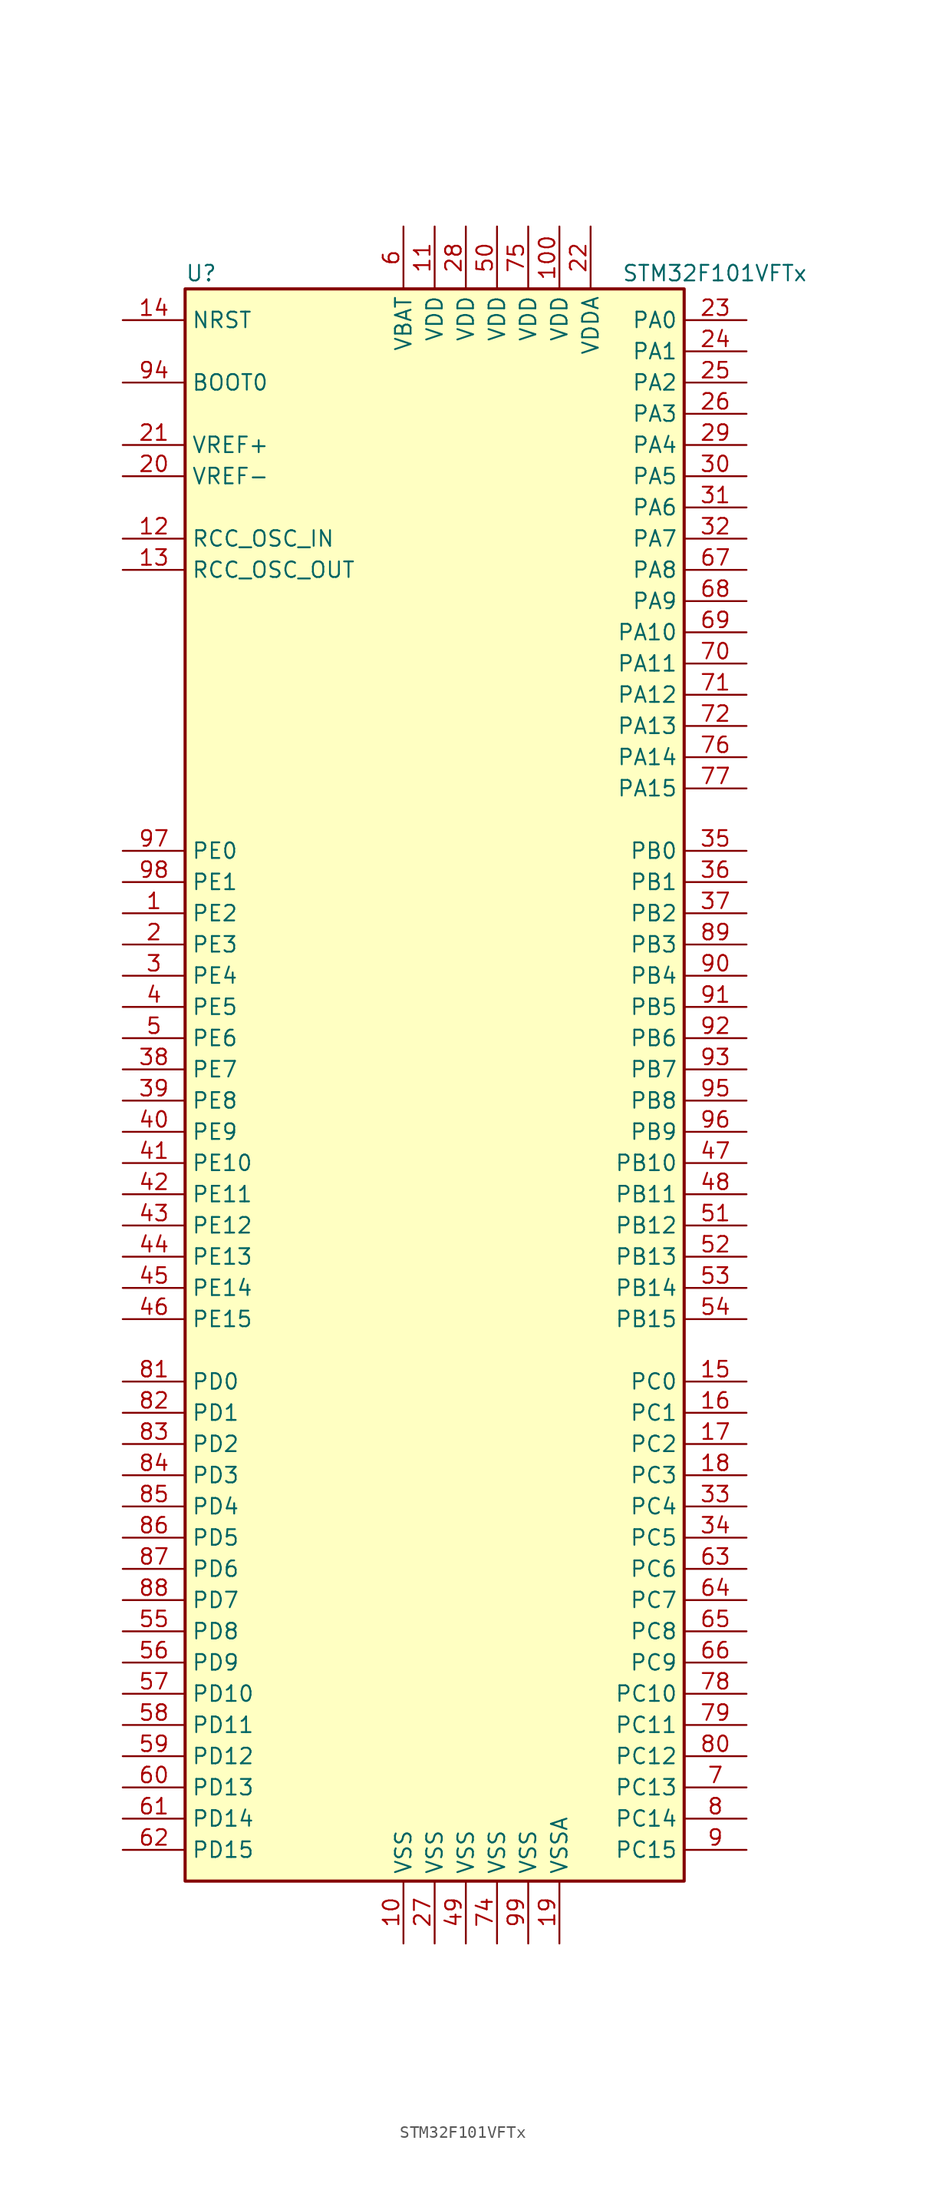
<source format=kicad_sym>
(kicad_symbol_lib
  (version 20201005)
  (generator kicad_symbol_editor)
  (symbol "STM32F101VFTx"
    (property "Reference" "U"
      (at -20.32 64.77 0)
      (effects (font (size 1.27 1.27)) (justify left)))
    (property "Value" "STM32F101VFTx"
      (at 15.24 64.77 0)
      (effects (font (size 1.27 1.27)) (justify left)))
    (symbol "STM32F101VFTx_0_1"
      (rectangle (start -20.32 -66.04) (end 20.32 63.5) (stroke (width 0.254)) (fill (type background))))
    (symbol "STM32F101VFTx_1_1"
      (pin bidirectional line (at -25.4 12.7 0) (length 5.08) (name "PE2" (effects (font (size 1.27 1.27)))) (number "1" (effects (font (size 1.27 1.27)))))
      (pin power_in line (at -2.54 -71.12 90) (length 5.08) (name "VSS" (effects (font (size 1.27 1.27)))) (number "10" (effects (font (size 1.27 1.27)))))
      (pin power_in line (at 10.16 68.58 270) (length 5.08) (name "VDD" (effects (font (size 1.27 1.27)))) (number "100" (effects (font (size 1.27 1.27)))))
      (pin power_in line (at 0 68.58 270) (length 5.08) (name "VDD" (effects (font (size 1.27 1.27)))) (number "11" (effects (font (size 1.27 1.27)))))
      (pin input line (at -25.4 43.18 0) (length 5.08) (name "RCC_OSC_IN" (effects (font (size 1.27 1.27)))) (number "12" (effects (font (size 1.27 1.27)))))
      (pin input line (at -25.4 40.64 0) (length 5.08) (name "RCC_OSC_OUT" (effects (font (size 1.27 1.27)))) (number "13" (effects (font (size 1.27 1.27)))))
      (pin input line (at -25.4 60.96 0) (length 5.08) (name "NRST" (effects (font (size 1.27 1.27)))) (number "14" (effects (font (size 1.27 1.27)))))
      (pin bidirectional line (at 25.4 -25.4 180) (length 5.08) (name "PC0" (effects (font (size 1.27 1.27)))) (number "15" (effects (font (size 1.27 1.27)))))
      (pin bidirectional line (at 25.4 -27.94 180) (length 5.08) (name "PC1" (effects (font (size 1.27 1.27)))) (number "16" (effects (font (size 1.27 1.27)))))
      (pin bidirectional line (at 25.4 -30.48 180) (length 5.08) (name "PC2" (effects (font (size 1.27 1.27)))) (number "17" (effects (font (size 1.27 1.27)))))
      (pin bidirectional line (at 25.4 -33.02 180) (length 5.08) (name "PC3" (effects (font (size 1.27 1.27)))) (number "18" (effects (font (size 1.27 1.27)))))
      (pin power_in line (at 10.16 -71.12 90) (length 5.08) (name "VSSA" (effects (font (size 1.27 1.27)))) (number "19" (effects (font (size 1.27 1.27)))))
      (pin bidirectional line (at -25.4 10.16 0) (length 5.08) (name "PE3" (effects (font (size 1.27 1.27)))) (number "2" (effects (font (size 1.27 1.27)))))
      (pin power_in line (at -25.4 48.26 0) (length 5.08) (name "VREF-" (effects (font (size 1.27 1.27)))) (number "20" (effects (font (size 1.27 1.27)))))
      (pin power_in line (at -25.4 50.8 0) (length 5.08) (name "VREF+" (effects (font (size 1.27 1.27)))) (number "21" (effects (font (size 1.27 1.27)))))
      (pin power_in line (at 12.7 68.58 270) (length 5.08) (name "VDDA" (effects (font (size 1.27 1.27)))) (number "22" (effects (font (size 1.27 1.27)))))
      (pin bidirectional line (at 25.4 60.96 180) (length 5.08) (name "PA0" (effects (font (size 1.27 1.27)))) (number "23" (effects (font (size 1.27 1.27)))))
      (pin bidirectional line (at 25.4 58.42 180) (length 5.08) (name "PA1" (effects (font (size 1.27 1.27)))) (number "24" (effects (font (size 1.27 1.27)))))
      (pin bidirectional line (at 25.4 55.88 180) (length 5.08) (name "PA2" (effects (font (size 1.27 1.27)))) (number "25" (effects (font (size 1.27 1.27)))))
      (pin bidirectional line (at 25.4 53.34 180) (length 5.08) (name "PA3" (effects (font (size 1.27 1.27)))) (number "26" (effects (font (size 1.27 1.27)))))
      (pin power_in line (at 0 -71.12 90) (length 5.08) (name "VSS" (effects (font (size 1.27 1.27)))) (number "27" (effects (font (size 1.27 1.27)))))
      (pin power_in line (at 2.54 68.58 270) (length 5.08) (name "VDD" (effects (font (size 1.27 1.27)))) (number "28" (effects (font (size 1.27 1.27)))))
      (pin bidirectional line (at 25.4 50.8 180) (length 5.08) (name "PA4" (effects (font (size 1.27 1.27)))) (number "29" (effects (font (size 1.27 1.27)))))
      (pin bidirectional line (at -25.4 7.62 0) (length 5.08) (name "PE4" (effects (font (size 1.27 1.27)))) (number "3" (effects (font (size 1.27 1.27)))))
      (pin bidirectional line (at 25.4 48.26 180) (length 5.08) (name "PA5" (effects (font (size 1.27 1.27)))) (number "30" (effects (font (size 1.27 1.27)))))
      (pin bidirectional line (at 25.4 45.72 180) (length 5.08) (name "PA6" (effects (font (size 1.27 1.27)))) (number "31" (effects (font (size 1.27 1.27)))))
      (pin bidirectional line (at 25.4 43.18 180) (length 5.08) (name "PA7" (effects (font (size 1.27 1.27)))) (number "32" (effects (font (size 1.27 1.27)))))
      (pin bidirectional line (at 25.4 -35.56 180) (length 5.08) (name "PC4" (effects (font (size 1.27 1.27)))) (number "33" (effects (font (size 1.27 1.27)))))
      (pin bidirectional line (at 25.4 -38.1 180) (length 5.08) (name "PC5" (effects (font (size 1.27 1.27)))) (number "34" (effects (font (size 1.27 1.27)))))
      (pin bidirectional line (at 25.4 17.78 180) (length 5.08) (name "PB0" (effects (font (size 1.27 1.27)))) (number "35" (effects (font (size 1.27 1.27)))))
      (pin bidirectional line (at 25.4 15.24 180) (length 5.08) (name "PB1" (effects (font (size 1.27 1.27)))) (number "36" (effects (font (size 1.27 1.27)))))
      (pin bidirectional line (at 25.4 12.7 180) (length 5.08) (name "PB2" (effects (font (size 1.27 1.27)))) (number "37" (effects (font (size 1.27 1.27)))))
      (pin bidirectional line (at -25.4 0 0) (length 5.08) (name "PE7" (effects (font (size 1.27 1.27)))) (number "38" (effects (font (size 1.27 1.27)))))
      (pin bidirectional line (at -25.4 -2.54 0) (length 5.08) (name "PE8" (effects (font (size 1.27 1.27)))) (number "39" (effects (font (size 1.27 1.27)))))
      (pin bidirectional line (at -25.4 5.08 0) (length 5.08) (name "PE5" (effects (font (size 1.27 1.27)))) (number "4" (effects (font (size 1.27 1.27)))))
      (pin bidirectional line (at -25.4 -5.08 0) (length 5.08) (name "PE9" (effects (font (size 1.27 1.27)))) (number "40" (effects (font (size 1.27 1.27)))))
      (pin bidirectional line (at -25.4 -7.62 0) (length 5.08) (name "PE10" (effects (font (size 1.27 1.27)))) (number "41" (effects (font (size 1.27 1.27)))))
      (pin bidirectional line (at -25.4 -10.16 0) (length 5.08) (name "PE11" (effects (font (size 1.27 1.27)))) (number "42" (effects (font (size 1.27 1.27)))))
      (pin bidirectional line (at -25.4 -12.7 0) (length 5.08) (name "PE12" (effects (font (size 1.27 1.27)))) (number "43" (effects (font (size 1.27 1.27)))))
      (pin bidirectional line (at -25.4 -15.24 0) (length 5.08) (name "PE13" (effects (font (size 1.27 1.27)))) (number "44" (effects (font (size 1.27 1.27)))))
      (pin bidirectional line (at -25.4 -17.78 0) (length 5.08) (name "PE14" (effects (font (size 1.27 1.27)))) (number "45" (effects (font (size 1.27 1.27)))))
      (pin bidirectional line (at -25.4 -20.32 0) (length 5.08) (name "PE15" (effects (font (size 1.27 1.27)))) (number "46" (effects (font (size 1.27 1.27)))))
      (pin bidirectional line (at 25.4 -7.62 180) (length 5.08) (name "PB10" (effects (font (size 1.27 1.27)))) (number "47" (effects (font (size 1.27 1.27)))))
      (pin bidirectional line (at 25.4 -10.16 180) (length 5.08) (name "PB11" (effects (font (size 1.27 1.27)))) (number "48" (effects (font (size 1.27 1.27)))))
      (pin power_in line (at 2.54 -71.12 90) (length 5.08) (name "VSS" (effects (font (size 1.27 1.27)))) (number "49" (effects (font (size 1.27 1.27)))))
      (pin bidirectional line (at -25.4 2.54 0) (length 5.08) (name "PE6" (effects (font (size 1.27 1.27)))) (number "5" (effects (font (size 1.27 1.27)))))
      (pin power_in line (at 5.08 68.58 270) (length 5.08) (name "VDD" (effects (font (size 1.27 1.27)))) (number "50" (effects (font (size 1.27 1.27)))))
      (pin bidirectional line (at 25.4 -12.7 180) (length 5.08) (name "PB12" (effects (font (size 1.27 1.27)))) (number "51" (effects (font (size 1.27 1.27)))))
      (pin bidirectional line (at 25.4 -15.24 180) (length 5.08) (name "PB13" (effects (font (size 1.27 1.27)))) (number "52" (effects (font (size 1.27 1.27)))))
      (pin bidirectional line (at 25.4 -17.78 180) (length 5.08) (name "PB14" (effects (font (size 1.27 1.27)))) (number "53" (effects (font (size 1.27 1.27)))))
      (pin bidirectional line (at 25.4 -20.32 180) (length 5.08) (name "PB15" (effects (font (size 1.27 1.27)))) (number "54" (effects (font (size 1.27 1.27)))))
      (pin bidirectional line (at -25.4 -45.72 0) (length 5.08) (name "PD8" (effects (font (size 1.27 1.27)))) (number "55" (effects (font (size 1.27 1.27)))))
      (pin bidirectional line (at -25.4 -48.26 0) (length 5.08) (name "PD9" (effects (font (size 1.27 1.27)))) (number "56" (effects (font (size 1.27 1.27)))))
      (pin bidirectional line (at -25.4 -50.8 0) (length 5.08) (name "PD10" (effects (font (size 1.27 1.27)))) (number "57" (effects (font (size 1.27 1.27)))))
      (pin bidirectional line (at -25.4 -53.34 0) (length 5.08) (name "PD11" (effects (font (size 1.27 1.27)))) (number "58" (effects (font (size 1.27 1.27)))))
      (pin bidirectional line (at -25.4 -55.88 0) (length 5.08) (name "PD12" (effects (font (size 1.27 1.27)))) (number "59" (effects (font (size 1.27 1.27)))))
      (pin power_in line (at -2.54 68.58 270) (length 5.08) (name "VBAT" (effects (font (size 1.27 1.27)))) (number "6" (effects (font (size 1.27 1.27)))))
      (pin bidirectional line (at -25.4 -58.42 0) (length 5.08) (name "PD13" (effects (font (size 1.27 1.27)))) (number "60" (effects (font (size 1.27 1.27)))))
      (pin bidirectional line (at -25.4 -60.96 0) (length 5.08) (name "PD14" (effects (font (size 1.27 1.27)))) (number "61" (effects (font (size 1.27 1.27)))))
      (pin bidirectional line (at -25.4 -63.5 0) (length 5.08) (name "PD15" (effects (font (size 1.27 1.27)))) (number "62" (effects (font (size 1.27 1.27)))))
      (pin bidirectional line (at 25.4 -40.64 180) (length 5.08) (name "PC6" (effects (font (size 1.27 1.27)))) (number "63" (effects (font (size 1.27 1.27)))))
      (pin bidirectional line (at 25.4 -43.18 180) (length 5.08) (name "PC7" (effects (font (size 1.27 1.27)))) (number "64" (effects (font (size 1.27 1.27)))))
      (pin bidirectional line (at 25.4 -45.72 180) (length 5.08) (name "PC8" (effects (font (size 1.27 1.27)))) (number "65" (effects (font (size 1.27 1.27)))))
      (pin bidirectional line (at 25.4 -48.26 180) (length 5.08) (name "PC9" (effects (font (size 1.27 1.27)))) (number "66" (effects (font (size 1.27 1.27)))))
      (pin bidirectional line (at 25.4 40.64 180) (length 5.08) (name "PA8" (effects (font (size 1.27 1.27)))) (number "67" (effects (font (size 1.27 1.27)))))
      (pin bidirectional line (at 25.4 38.1 180) (length 5.08) (name "PA9" (effects (font (size 1.27 1.27)))) (number "68" (effects (font (size 1.27 1.27)))))
      (pin bidirectional line (at 25.4 35.56 180) (length 5.08) (name "PA10" (effects (font (size 1.27 1.27)))) (number "69" (effects (font (size 1.27 1.27)))))
      (pin bidirectional line (at 25.4 -58.42 180) (length 5.08) (name "PC13" (effects (font (size 1.27 1.27)))) (number "7" (effects (font (size 1.27 1.27)))))
      (pin bidirectional line (at 25.4 33.02 180) (length 5.08) (name "PA11" (effects (font (size 1.27 1.27)))) (number "70" (effects (font (size 1.27 1.27)))))
      (pin bidirectional line (at 25.4 30.48 180) (length 5.08) (name "PA12" (effects (font (size 1.27 1.27)))) (number "71" (effects (font (size 1.27 1.27)))))
      (pin bidirectional line (at 25.4 27.94 180) (length 5.08) (name "PA13" (effects (font (size 1.27 1.27)))) (number "72" (effects (font (size 1.27 1.27)))))
      (pin no_connect line (at -20.32 -63.5 0) (length 5.08) hide (name "NC" (effects (font (size 1.27 1.27)))) (number "73" (effects (font (size 1.27 1.27)))))
      (pin power_in line (at 5.08 -71.12 90) (length 5.08) (name "VSS" (effects (font (size 1.27 1.27)))) (number "74" (effects (font (size 1.27 1.27)))))
      (pin power_in line (at 7.62 68.58 270) (length 5.08) (name "VDD" (effects (font (size 1.27 1.27)))) (number "75" (effects (font (size 1.27 1.27)))))
      (pin bidirectional line (at 25.4 25.4 180) (length 5.08) (name "PA14" (effects (font (size 1.27 1.27)))) (number "76" (effects (font (size 1.27 1.27)))))
      (pin bidirectional line (at 25.4 22.86 180) (length 5.08) (name "PA15" (effects (font (size 1.27 1.27)))) (number "77" (effects (font (size 1.27 1.27)))))
      (pin bidirectional line (at 25.4 -50.8 180) (length 5.08) (name "PC10" (effects (font (size 1.27 1.27)))) (number "78" (effects (font (size 1.27 1.27)))))
      (pin bidirectional line (at 25.4 -53.34 180) (length 5.08) (name "PC11" (effects (font (size 1.27 1.27)))) (number "79" (effects (font (size 1.27 1.27)))))
      (pin bidirectional line (at 25.4 -60.96 180) (length 5.08) (name "PC14" (effects (font (size 1.27 1.27)))) (number "8" (effects (font (size 1.27 1.27)))))
      (pin bidirectional line (at 25.4 -55.88 180) (length 5.08) (name "PC12" (effects (font (size 1.27 1.27)))) (number "80" (effects (font (size 1.27 1.27)))))
      (pin bidirectional line (at -25.4 -25.4 0) (length 5.08) (name "PD0" (effects (font (size 1.27 1.27)))) (number "81" (effects (font (size 1.27 1.27)))))
      (pin bidirectional line (at -25.4 -27.94 0) (length 5.08) (name "PD1" (effects (font (size 1.27 1.27)))) (number "82" (effects (font (size 1.27 1.27)))))
      (pin bidirectional line (at -25.4 -30.48 0) (length 5.08) (name "PD2" (effects (font (size 1.27 1.27)))) (number "83" (effects (font (size 1.27 1.27)))))
      (pin bidirectional line (at -25.4 -33.02 0) (length 5.08) (name "PD3" (effects (font (size 1.27 1.27)))) (number "84" (effects (font (size 1.27 1.27)))))
      (pin bidirectional line (at -25.4 -35.56 0) (length 5.08) (name "PD4" (effects (font (size 1.27 1.27)))) (number "85" (effects (font (size 1.27 1.27)))))
      (pin bidirectional line (at -25.4 -38.1 0) (length 5.08) (name "PD5" (effects (font (size 1.27 1.27)))) (number "86" (effects (font (size 1.27 1.27)))))
      (pin bidirectional line (at -25.4 -40.64 0) (length 5.08) (name "PD6" (effects (font (size 1.27 1.27)))) (number "87" (effects (font (size 1.27 1.27)))))
      (pin bidirectional line (at -25.4 -43.18 0) (length 5.08) (name "PD7" (effects (font (size 1.27 1.27)))) (number "88" (effects (font (size 1.27 1.27)))))
      (pin bidirectional line (at 25.4 10.16 180) (length 5.08) (name "PB3" (effects (font (size 1.27 1.27)))) (number "89" (effects (font (size 1.27 1.27)))))
      (pin bidirectional line (at 25.4 -63.5 180) (length 5.08) (name "PC15" (effects (font (size 1.27 1.27)))) (number "9" (effects (font (size 1.27 1.27)))))
      (pin bidirectional line (at 25.4 7.62 180) (length 5.08) (name "PB4" (effects (font (size 1.27 1.27)))) (number "90" (effects (font (size 1.27 1.27)))))
      (pin bidirectional line (at 25.4 5.08 180) (length 5.08) (name "PB5" (effects (font (size 1.27 1.27)))) (number "91" (effects (font (size 1.27 1.27)))))
      (pin bidirectional line (at 25.4 2.54 180) (length 5.08) (name "PB6" (effects (font (size 1.27 1.27)))) (number "92" (effects (font (size 1.27 1.27)))))
      (pin bidirectional line (at 25.4 0 180) (length 5.08) (name "PB7" (effects (font (size 1.27 1.27)))) (number "93" (effects (font (size 1.27 1.27)))))
      (pin input line (at -25.4 55.88 0) (length 5.08) (name "BOOT0" (effects (font (size 1.27 1.27)))) (number "94" (effects (font (size 1.27 1.27)))))
      (pin bidirectional line (at 25.4 -2.54 180) (length 5.08) (name "PB8" (effects (font (size 1.27 1.27)))) (number "95" (effects (font (size 1.27 1.27)))))
      (pin bidirectional line (at 25.4 -5.08 180) (length 5.08) (name "PB9" (effects (font (size 1.27 1.27)))) (number "96" (effects (font (size 1.27 1.27)))))
      (pin bidirectional line (at -25.4 17.78 0) (length 5.08) (name "PE0" (effects (font (size 1.27 1.27)))) (number "97" (effects (font (size 1.27 1.27)))))
      (pin bidirectional line (at -25.4 15.24 0) (length 5.08) (name "PE1" (effects (font (size 1.27 1.27)))) (number "98" (effects (font (size 1.27 1.27)))))
      (pin power_in line (at 7.62 -71.12 90) (length 5.08) (name "VSS" (effects (font (size 1.27 1.27)))) (number "99" (effects (font (size 1.27 1.27))))))))
</source>
